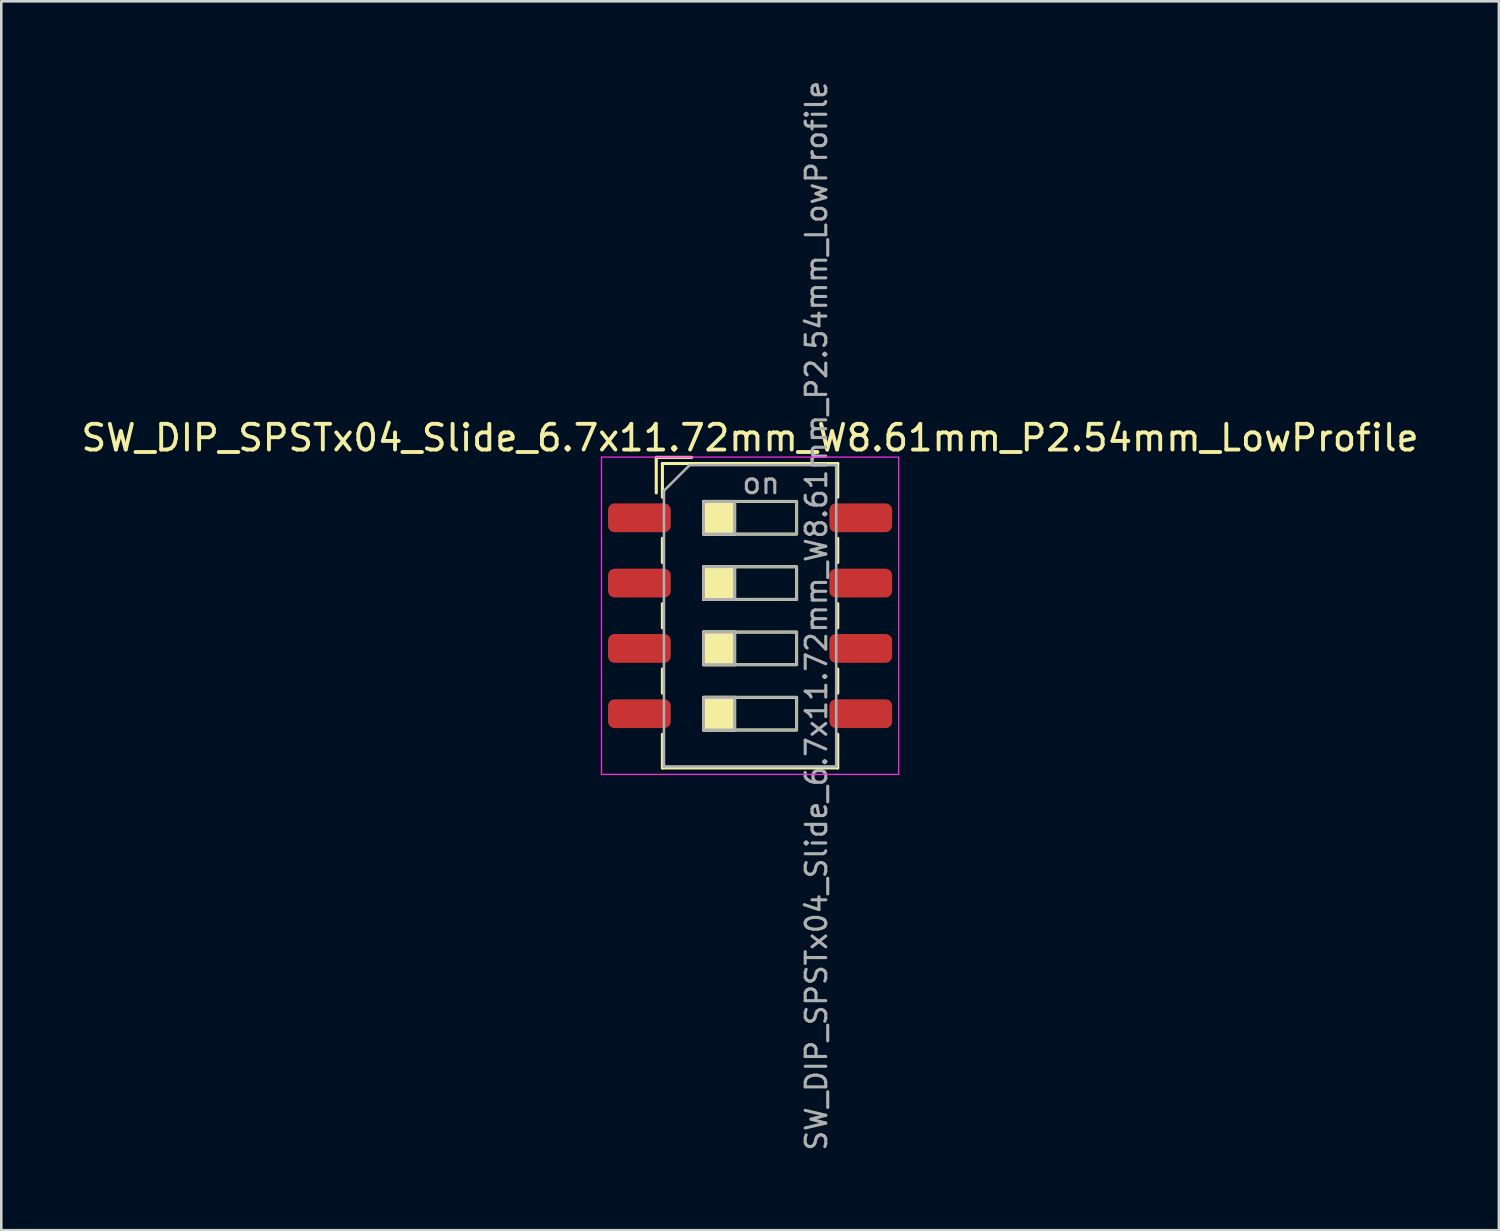
<source format=kicad_pcb>
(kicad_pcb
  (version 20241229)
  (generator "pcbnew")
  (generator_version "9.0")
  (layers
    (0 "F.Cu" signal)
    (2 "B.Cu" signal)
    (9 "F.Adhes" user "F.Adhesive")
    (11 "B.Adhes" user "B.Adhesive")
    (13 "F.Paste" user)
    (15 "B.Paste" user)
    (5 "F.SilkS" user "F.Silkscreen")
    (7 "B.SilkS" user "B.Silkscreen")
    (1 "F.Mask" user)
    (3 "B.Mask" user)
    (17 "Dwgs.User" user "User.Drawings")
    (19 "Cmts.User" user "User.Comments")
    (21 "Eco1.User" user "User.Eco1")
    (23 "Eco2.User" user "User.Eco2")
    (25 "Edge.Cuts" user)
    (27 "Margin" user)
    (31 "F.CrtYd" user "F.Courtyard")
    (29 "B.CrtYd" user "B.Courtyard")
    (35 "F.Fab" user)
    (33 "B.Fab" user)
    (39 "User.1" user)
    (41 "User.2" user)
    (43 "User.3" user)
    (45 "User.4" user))
  (footprint "SW_DIP_SPSTx04_Slide_6.7x11.72mm_W8.61mm_P2.54mm_LowProfile"
    (layer "F.Cu")
    (at 26.125 20.9)
    (property "Reference" "SW_DIP_SPSTx04_Slide_6.7x11.72mm_W8.61mm_P2.54mm_LowProfile" (at 0 -6.92 0) (layer "F.SilkS") (effects (font (size 1 1) (thickness 0.15))))
    (attr smd)
    (fp_line (start -3.65 -6.16) (end -3.65 -4.777) (stroke (width 0.12) (type solid)) (layer "F.SilkS"))
    (fp_line (start -3.65 -6.16) (end -2.267 -6.16) (stroke (width 0.12) (type solid)) (layer "F.SilkS"))
    (fp_line (start -3.41 -5.92) (end -3.41 -4.61) (stroke (width 0.12) (type solid)) (layer "F.SilkS"))
    (fp_line (start -3.41 -5.92) (end 3.41 -5.92) (stroke (width 0.12) (type solid)) (layer "F.SilkS"))
    (fp_line (start -3.41 -3.01) (end -3.41 -2.07) (stroke (width 0.12) (type solid)) (layer "F.SilkS"))
    (fp_line (start -3.41 -0.47) (end -3.41 0.47) (stroke (width 0.12) (type solid)) (layer "F.SilkS"))
    (fp_line (start -3.41 2.07) (end -3.41 3.01) (stroke (width 0.12) (type solid)) (layer "F.SilkS"))
    (fp_line (start -3.41 4.61) (end -3.41 5.92) (stroke (width 0.12) (type solid)) (layer "F.SilkS"))
    (fp_line (start -3.41 5.92) (end 3.41 5.92) (stroke (width 0.12) (type solid)) (layer "F.SilkS"))
    (fp_line (start -0.603 -4.445) (end -0.603 -3.175) (stroke (width 0.12) (type solid)) (layer "F.SilkS"))
    (fp_line (start -0.603 -1.905) (end -0.603 -0.635) (stroke (width 0.12) (type solid)) (layer "F.SilkS"))
    (fp_line (start -0.603 0.635) (end -0.603 1.905) (stroke (width 0.12) (type solid)) (layer "F.SilkS"))
    (fp_line (start -0.603 3.175) (end -0.603 4.445) (stroke (width 0.12) (type solid)) (layer "F.SilkS"))
    (fp_line (start 3.41 -5.92) (end 3.41 -4.61) (stroke (width 0.12) (type solid)) (layer "F.SilkS"))
    (fp_line (start 3.41 -3.01) (end 3.41 -2.07) (stroke (width 0.12) (type solid)) (layer "F.SilkS"))
    (fp_line (start 3.41 -0.47) (end 3.41 0.47) (stroke (width 0.12) (type solid)) (layer "F.SilkS"))
    (fp_line (start 3.41 2.07) (end 3.41 3.01) (stroke (width 0.12) (type solid)) (layer "F.SilkS"))
    (fp_line (start 3.41 4.61) (end 3.41 5.92) (stroke (width 0.12) (type solid)) (layer "F.SilkS"))
    (fp_rect (start -1.81 -4.445) (end -0.603 -3.175) (stroke (width 0.12) (type solid)) (fill yes) (layer "F.SilkS"))
    (fp_rect (start -1.81 -4.445) (end 1.81 -3.175) (stroke (width 0.12) (type solid)) (fill no) (layer "F.SilkS"))
    (fp_rect (start -1.81 -1.905) (end -0.603 -0.635) (stroke (width 0.12) (type solid)) (fill yes) (layer "F.SilkS"))
    (fp_rect (start -1.81 -1.905) (end 1.81 -0.635) (stroke (width 0.12) (type solid)) (fill no) (layer "F.SilkS"))
    (fp_rect (start -1.81 0.635) (end -0.603 1.905) (stroke (width 0.12) (type solid)) (fill yes) (layer "F.SilkS"))
    (fp_rect (start -1.81 0.635) (end 1.81 1.905) (stroke (width 0.12) (type solid)) (fill no) (layer "F.SilkS"))
    (fp_rect (start -1.81 3.175) (end -0.603 4.445) (stroke (width 0.12) (type solid)) (fill yes) (layer "F.SilkS"))
    (fp_rect (start -1.81 3.175) (end 1.81 4.445) (stroke (width 0.12) (type solid)) (fill no) (layer "F.SilkS"))
    (fp_rect (start -5.78 -6.17) (end 5.78 6.17) (stroke (width 0.05) (type solid)) (fill no) (layer "F.CrtYd"))
    (fp_line (start -3.35 -4.86) (end -2.35 -5.86) (stroke (width 0.1) (type solid)) (layer "F.Fab"))
    (fp_line (start -3.35 5.86) (end -3.35 -4.86) (stroke (width 0.1) (type solid)) (layer "F.Fab"))
    (fp_line (start -2.35 -5.86) (end 3.35 -5.86) (stroke (width 0.1) (type solid)) (layer "F.Fab"))
    (fp_line (start -0.603 -4.445) (end -0.603 -3.175) (stroke (width 0.1) (type solid)) (layer "F.Fab"))
    (fp_line (start -0.603 -1.905) (end -0.603 -0.635) (stroke (width 0.1) (type solid)) (layer "F.Fab"))
    (fp_line (start -0.603 0.635) (end -0.603 1.905) (stroke (width 0.1) (type solid)) (layer "F.Fab"))
    (fp_line (start -0.603 3.175) (end -0.603 4.445) (stroke (width 0.1) (type solid)) (layer "F.Fab"))
    (fp_line (start 3.35 -5.86) (end 3.35 5.86) (stroke (width 0.1) (type solid)) (layer "F.Fab"))
    (fp_line (start 3.35 5.86) (end -3.35 5.86) (stroke (width 0.1) (type solid)) (layer "F.Fab"))
    (fp_rect (start -1.81 -4.445) (end -0.603 -3.175) (stroke (width 0.1) (type solid)) (fill no) (layer "F.Fab"))
    (fp_rect (start -1.81 -4.445) (end 1.81 -3.175) (stroke (width 0.1) (type solid)) (fill no) (layer "F.Fab"))
    (fp_rect (start -1.81 -1.905) (end -0.603 -0.635) (stroke (width 0.1) (type solid)) (fill no) (layer "F.Fab"))
    (fp_rect (start -1.81 -1.905) (end 1.81 -0.635) (stroke (width 0.1) (type solid)) (fill no) (layer "F.Fab"))
    (fp_rect (start -1.81 0.635) (end -0.603 1.905) (stroke (width 0.1) (type solid)) (fill no) (layer "F.Fab"))
    (fp_rect (start -1.81 0.635) (end 1.81 1.905) (stroke (width 0.1) (type solid)) (fill no) (layer "F.Fab"))
    (fp_rect (start -1.81 3.175) (end -0.603 4.445) (stroke (width 0.1) (type solid)) (fill no) (layer "F.Fab"))
    (fp_rect (start -1.81 3.175) (end 1.81 4.445) (stroke (width 0.1) (type solid)) (fill no) (layer "F.Fab"))
    (fp_text user "on" (at 0.427 -5.152 0) (layer "F.Fab") (effects (font (size 0.8 0.8) (thickness 0.12))))
    (fp_text user "${REFERENCE}" (at 2.58 0 90) (layer "F.Fab") (effects (font (size 0.8 0.8) (thickness 0.12))))
    (pad "1" smd roundrect (at -4.305 -3.81) (size 2.44 1.12) (layers "F.Cu" "F.Mask" "F.Paste") (roundrect_rratio 0.223))
    (pad "2" smd roundrect (at -4.305 -1.27) (size 2.44 1.12) (layers "F.Cu" "F.Mask" "F.Paste") (roundrect_rratio 0.223))
    (pad "3" smd roundrect (at -4.305 1.27) (size 2.44 1.12) (layers "F.Cu" "F.Mask" "F.Paste") (roundrect_rratio 0.223))
    (pad "4" smd roundrect (at -4.305 3.81) (size 2.44 1.12) (layers "F.Cu" "F.Mask" "F.Paste") (roundrect_rratio 0.223))
    (pad "5" smd roundrect (at 4.305 3.81) (size 2.44 1.12) (layers "F.Cu" "F.Mask" "F.Paste") (roundrect_rratio 0.223))
    (pad "6" smd roundrect (at 4.305 1.27) (size 2.44 1.12) (layers "F.Cu" "F.Mask" "F.Paste") (roundrect_rratio 0.223))
    (pad "7" smd roundrect (at 4.305 -1.27) (size 2.44 1.12) (layers "F.Cu" "F.Mask" "F.Paste") (roundrect_rratio 0.223))
    (pad "8" smd roundrect (at 4.305 -3.81) (size 2.44 1.12) (layers "F.Cu" "F.Mask" "F.Paste") (roundrect_rratio 0.223)))
  (gr_rect
    (start -3 -3)
    (end 55.25 44.8)
    (stroke (width 0.1) (type default))
    (fill no)
    (layer "Edge.Cuts")))
</source>
